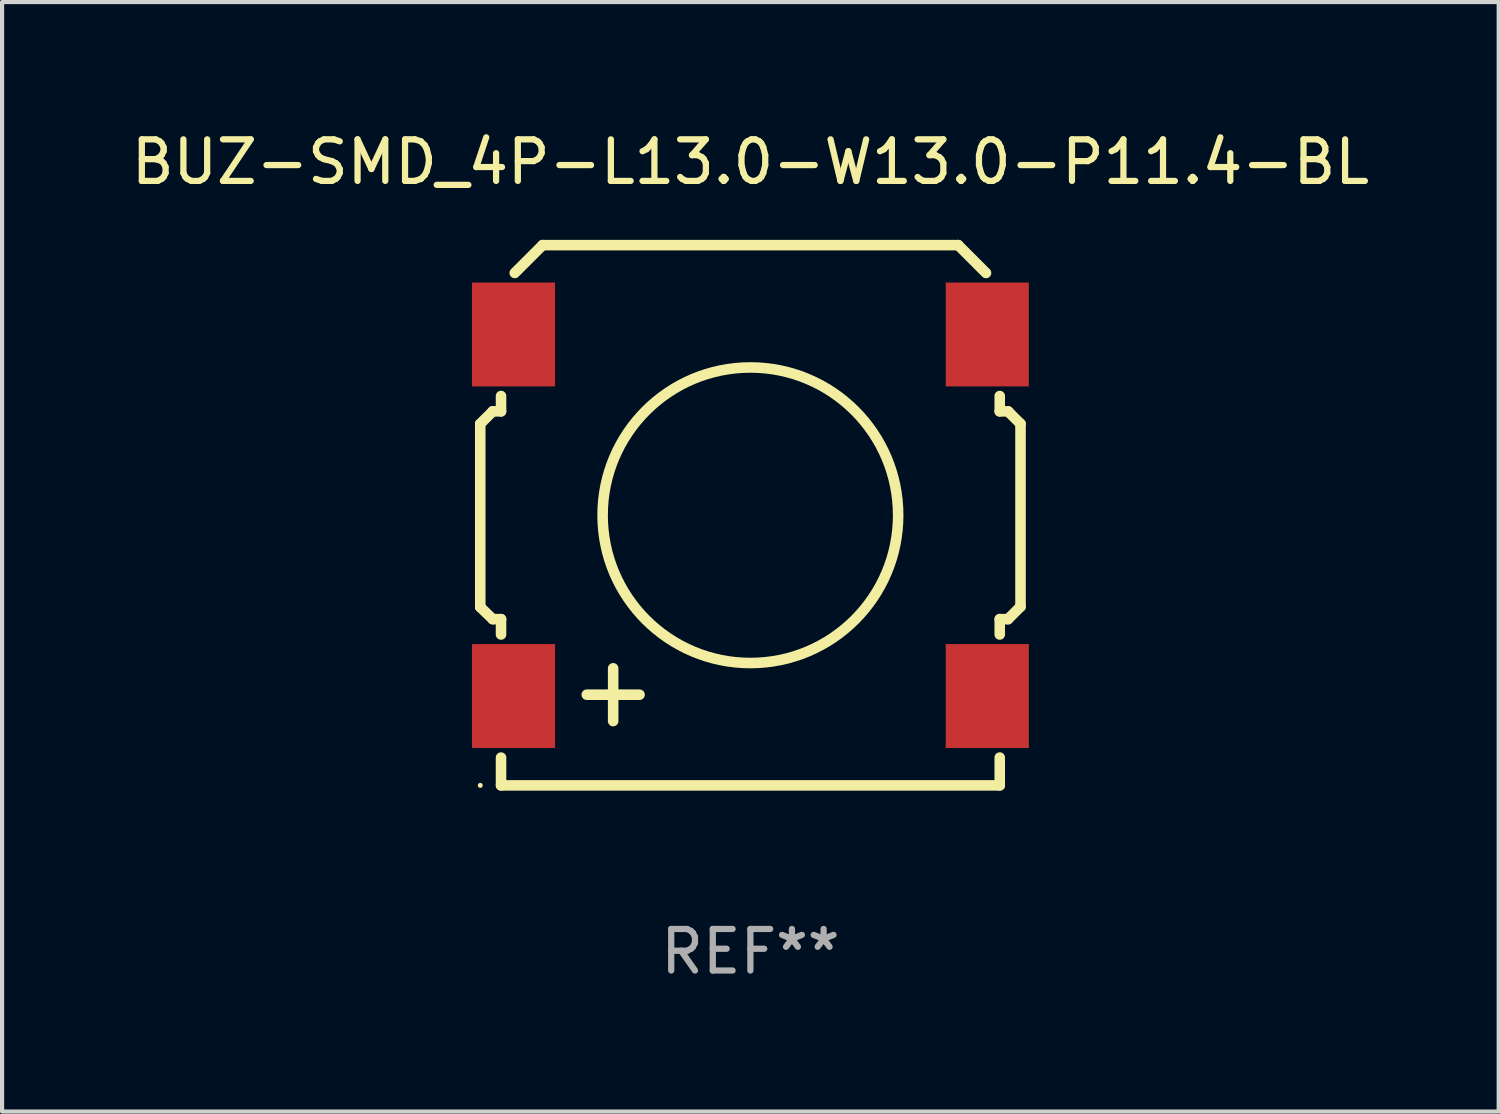
<source format=kicad_pcb>
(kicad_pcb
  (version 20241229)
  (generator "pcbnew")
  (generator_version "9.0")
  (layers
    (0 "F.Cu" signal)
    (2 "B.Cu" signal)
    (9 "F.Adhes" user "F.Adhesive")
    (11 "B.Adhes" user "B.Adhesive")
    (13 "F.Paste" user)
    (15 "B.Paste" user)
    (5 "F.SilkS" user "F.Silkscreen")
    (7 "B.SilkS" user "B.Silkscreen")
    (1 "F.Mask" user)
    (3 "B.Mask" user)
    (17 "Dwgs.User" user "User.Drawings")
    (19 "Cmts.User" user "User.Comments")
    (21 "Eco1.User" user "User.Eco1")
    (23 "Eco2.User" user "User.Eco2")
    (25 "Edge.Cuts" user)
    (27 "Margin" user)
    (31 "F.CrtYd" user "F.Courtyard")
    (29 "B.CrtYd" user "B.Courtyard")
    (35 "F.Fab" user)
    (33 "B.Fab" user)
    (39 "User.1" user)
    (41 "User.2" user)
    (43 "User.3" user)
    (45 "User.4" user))
  (footprint "BUZ-SMD_4P-L13.0-W13.0-P11.4-BL"
    (layer "F.Cu")
    (at 15.006 9.348)
    (property "Reference" "BUZ-SMD_4P-L13.0-W13.0-P11.4-BL" (at 0 -8.5 0) (layer "F.SilkS") (effects (font (size 1 1) (thickness 0.15))))
    (attr smd)
    (fp_line (start -6.5 -2.2) (end -6.2 -2.5) (stroke (width 0.254) (type solid)) (layer "F.SilkS"))
    (fp_line (start -6.5 2.21) (end -6.5 -2.2) (stroke (width 0.254) (type solid)) (layer "F.SilkS"))
    (fp_line (start -6.2 -2.5) (end -6 -2.5) (stroke (width 0.254) (type solid)) (layer "F.SilkS"))
    (fp_line (start -6.2 2.5) (end -6.5 2.21) (stroke (width 0.254) (type solid)) (layer "F.SilkS"))
    (fp_line (start -6 -2.5) (end -6 -2.869) (stroke (width 0.254) (type solid)) (layer "F.SilkS"))
    (fp_line (start -6 2.5) (end -6.2 2.5) (stroke (width 0.254) (type solid)) (layer "F.SilkS"))
    (fp_line (start -6 2.869) (end -6 2.5) (stroke (width 0.254) (type solid)) (layer "F.SilkS"))
    (fp_line (start -6 6.5) (end -6 5.831) (stroke (width 0.254) (type solid)) (layer "F.SilkS"))
    (fp_line (start -5 -6.5) (end -5.67 -5.83) (stroke (width 0.254) (type solid)) (layer "F.SilkS"))
    (fp_line (start -5 -6.5) (end 5 -6.5) (stroke (width 0.254) (type solid)) (layer "F.SilkS"))
    (fp_line (start -3.937 4.318) (end -2.667 4.318) (stroke (width 0.254) (type solid)) (layer "F.SilkS"))
    (fp_line (start -3.302 3.683) (end -3.302 4.953) (stroke (width 0.254) (type solid)) (layer "F.SilkS"))
    (fp_line (start 5 -6.5) (end 5.67 -5.83) (stroke (width 0.254) (type solid)) (layer "F.SilkS"))
    (fp_line (start 6 -2.869) (end 6 -2.5) (stroke (width 0.254) (type solid)) (layer "F.SilkS"))
    (fp_line (start 6 -2.5) (end 6.2 -2.5) (stroke (width 0.254) (type solid)) (layer "F.SilkS"))
    (fp_line (start 6 2.5) (end 6 2.869) (stroke (width 0.254) (type solid)) (layer "F.SilkS"))
    (fp_line (start 6 5.831) (end 6 6.5) (stroke (width 0.254) (type solid)) (layer "F.SilkS"))
    (fp_line (start 6 6.5) (end -6 6.5) (stroke (width 0.254) (type solid)) (layer "F.SilkS"))
    (fp_line (start 6.2 -2.5) (end 6.5 -2.2) (stroke (width 0.254) (type solid)) (layer "F.SilkS"))
    (fp_line (start 6.2 2.5) (end 6 2.5) (stroke (width 0.254) (type solid)) (layer "F.SilkS"))
    (fp_line (start 6.5 -2.2) (end 6.5 2.2) (stroke (width 0.254) (type solid)) (layer "F.SilkS"))
    (fp_line (start 6.5 2.2) (end 6.2 2.5) (stroke (width 0.254) (type solid)) (layer "F.SilkS"))
    (fp_circle (center -6.5 6.5) (end -6.47 6.5) (stroke (width 0.06) (type solid)) (fill no) (layer "F.SilkS"))
    (fp_circle (center 0 0.000025) (end 3.556 0.000025) (stroke (width 0.254) (type solid)) (fill no) (layer "F.SilkS"))
    (fp_text user "REF**" (at 0 10.5 0) (layer "F.Fab") (effects (font (size 1 1) (thickness 0.15))))
    (pad "1" smd rect (at -5.7 4.35) (size 2 2.5) (layers "F.Cu" "F.Mask" "F.Paste"))
    (pad "2" smd rect (at 5.7 4.35) (size 2 2.5) (layers "F.Cu" "F.Mask" "F.Paste"))
    (pad "3" smd rect (at 5.7 -4.35) (size 2 2.5) (layers "F.Cu" "F.Mask" "F.Paste"))
    (pad "4" smd rect (at -5.7 -4.35) (size 2 2.5) (layers "F.Cu" "F.Mask" "F.Paste")))
  (gr_rect
    (start -3 -3)
    (end 33.012 23.697)
    (stroke (width 0.1) (type default))
    (fill no)
    (layer "Edge.Cuts")))
</source>
